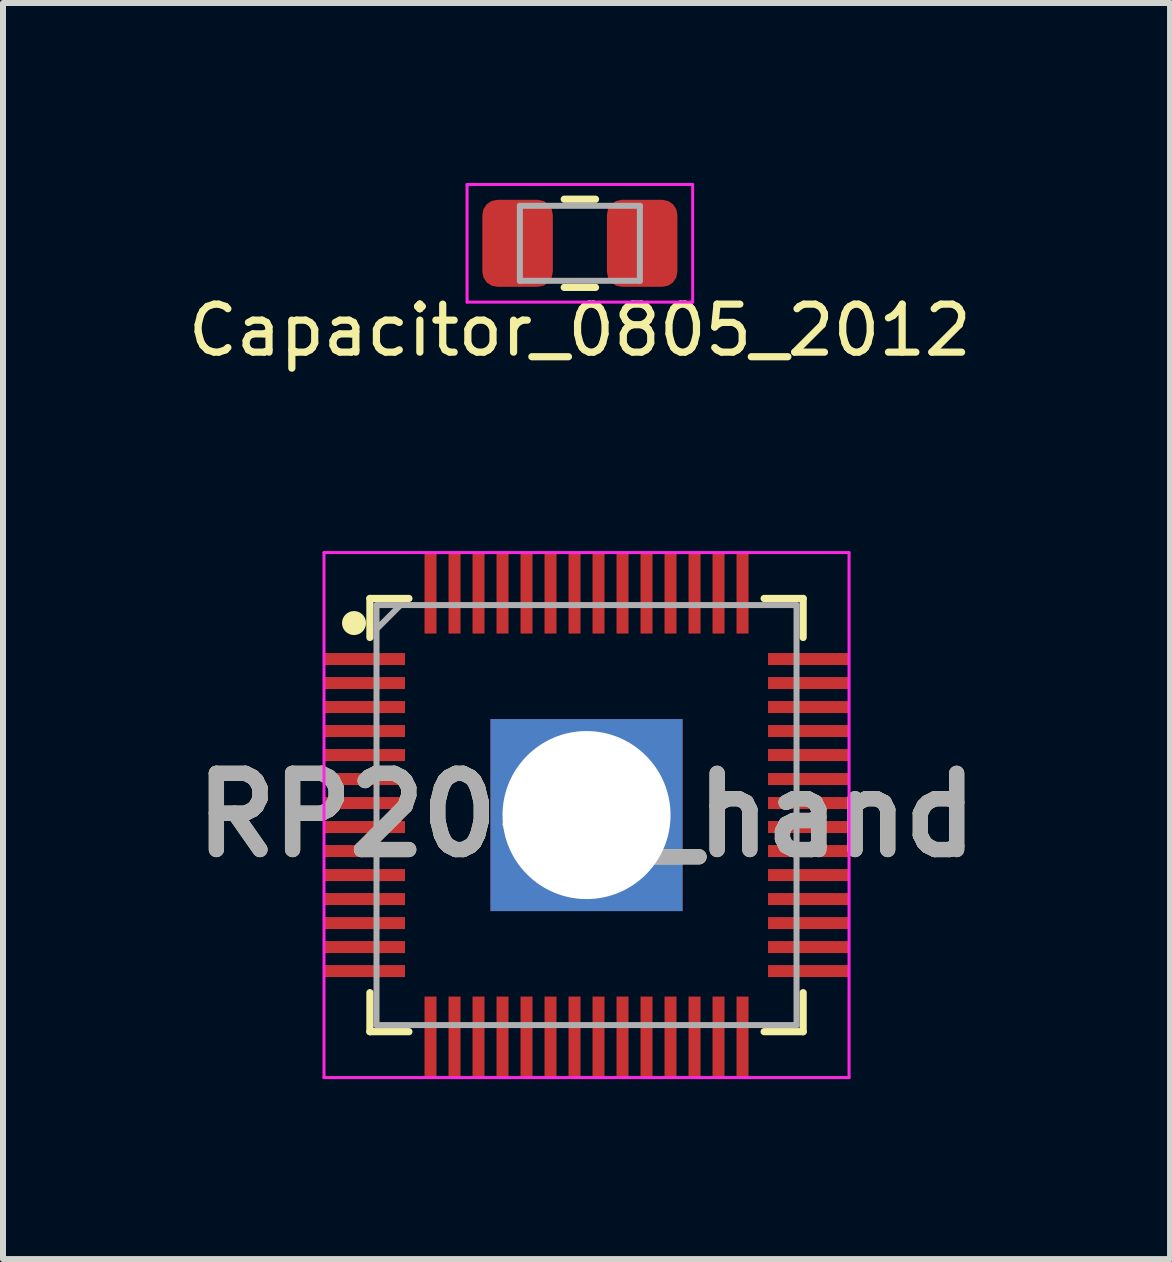
<source format=kicad_pcb>
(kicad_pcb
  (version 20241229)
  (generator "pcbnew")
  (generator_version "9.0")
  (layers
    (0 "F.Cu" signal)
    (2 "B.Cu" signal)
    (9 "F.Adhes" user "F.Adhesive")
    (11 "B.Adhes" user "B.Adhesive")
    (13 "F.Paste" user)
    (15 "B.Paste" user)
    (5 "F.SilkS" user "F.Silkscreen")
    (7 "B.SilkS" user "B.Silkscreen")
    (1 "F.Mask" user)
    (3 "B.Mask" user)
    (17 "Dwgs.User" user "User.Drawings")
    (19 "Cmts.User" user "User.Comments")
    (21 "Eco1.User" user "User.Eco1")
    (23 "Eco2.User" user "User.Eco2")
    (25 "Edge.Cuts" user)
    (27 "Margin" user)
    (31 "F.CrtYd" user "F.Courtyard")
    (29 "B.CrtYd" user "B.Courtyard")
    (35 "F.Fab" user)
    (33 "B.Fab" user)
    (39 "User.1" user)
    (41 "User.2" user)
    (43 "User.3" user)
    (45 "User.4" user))
  (footprint "Capacitor_0805_2012"
    (layer "F.Cu")
    (at 6.614 1.005)
    (property "Reference" "Capacitor_0805_2012" (at 0 1.45 180) (layer "F.SilkS") (effects (font (size 0.8 0.8) (thickness 0.12))))
    (attr smd)
    (fp_line (start -0.261 -0.735) (end 0.261 -0.735) (stroke (width 0.12) (type solid)) (layer "F.SilkS"))
    (fp_line (start -0.261 0.735) (end 0.261 0.735) (stroke (width 0.12) (type solid)) (layer "F.SilkS"))
    (fp_line (start -1.88 -0.98) (end 1.88 -0.98) (stroke (width 0.05) (type solid)) (layer "F.CrtYd"))
    (fp_line (start -1.88 0.98) (end -1.88 -0.98) (stroke (width 0.05) (type solid)) (layer "F.CrtYd"))
    (fp_line (start 1.88 -0.98) (end 1.88 0.98) (stroke (width 0.05) (type solid)) (layer "F.CrtYd"))
    (fp_line (start 1.88 0.98) (end -1.88 0.98) (stroke (width 0.05) (type solid)) (layer "F.CrtYd"))
    (fp_line (start -1 -0.625) (end 1 -0.625) (stroke (width 0.1) (type solid)) (layer "F.Fab"))
    (fp_line (start -1 0.625) (end -1 -0.625) (stroke (width 0.1) (type solid)) (layer "F.Fab"))
    (fp_line (start 1 -0.625) (end 1 0.625) (stroke (width 0.1) (type solid)) (layer "F.Fab"))
    (fp_line (start 1 0.625) (end -1 0.625) (stroke (width 0.1) (type solid)) (layer "F.Fab"))
    (pad "1" smd roundrect (at -1.038 0) (size 1.175 1.45) (layers "F.Cu" "F.Mask" "F.Paste") (roundrect_rratio 0.213))
    (pad "2" smd roundrect (at 1.038 0) (size 1.175 1.45) (layers "F.Cu" "F.Mask" "F.Paste") (roundrect_rratio 0.213)))
  (footprint "RP2040_hand"
    (layer "F.Cu")
    (at 6.725 10.534)
    (property "Reference" "RP2040_hand" (at 0 0 0) (layer "F.SilkS") (effects (font (size 1.27 1.27) (thickness 0.254))))
    (attr smd)
    (fp_line (start -3.61 -3.61) (end -3.61 -2.96) (stroke (width 0.12) (type solid)) (layer "F.SilkS"))
    (fp_line (start -3.61 3.61) (end -3.61 2.96) (stroke (width 0.12) (type solid)) (layer "F.SilkS"))
    (fp_line (start -2.96 -3.61) (end -3.61 -3.61) (stroke (width 0.12) (type solid)) (layer "F.SilkS"))
    (fp_line (start -2.96 3.61) (end -3.61 3.61) (stroke (width 0.12) (type solid)) (layer "F.SilkS"))
    (fp_line (start 2.96 -3.61) (end 3.61 -3.61) (stroke (width 0.12) (type solid)) (layer "F.SilkS"))
    (fp_line (start 2.96 3.61) (end 3.61 3.61) (stroke (width 0.12) (type solid)) (layer "F.SilkS"))
    (fp_line (start 3.61 -3.61) (end 3.61 -2.96) (stroke (width 0.12) (type solid)) (layer "F.SilkS"))
    (fp_line (start 3.61 3.61) (end 3.61 2.96) (stroke (width 0.12) (type solid)) (layer "F.SilkS"))
    (fp_circle (center -3.875 -3.2) (end -3.875 -3.1) (stroke (width 0.2) (type solid)) (fill no) (layer "F.SilkS"))
    (fp_line (start -4.375 -4.375) (end 4.375 -4.375) (stroke (width 0.05) (type solid)) (layer "F.CrtYd"))
    (fp_line (start -4.375 4.375) (end -4.375 -4.375) (stroke (width 0.05) (type solid)) (layer "F.CrtYd"))
    (fp_line (start 4.375 -4.375) (end 4.375 4.375) (stroke (width 0.05) (type solid)) (layer "F.CrtYd"))
    (fp_line (start 4.375 4.375) (end -4.375 4.375) (stroke (width 0.05) (type solid)) (layer "F.CrtYd"))
    (fp_line (start -3.5 -3.5) (end 3.5 -3.5) (stroke (width 0.1) (type solid)) (layer "F.Fab"))
    (fp_line (start -3.5 -3.1) (end -3.1 -3.5) (stroke (width 0.1) (type solid)) (layer "F.Fab"))
    (fp_line (start -3.5 3.5) (end -3.5 -3.5) (stroke (width 0.1) (type solid)) (layer "F.Fab"))
    (fp_line (start 3.5 -3.5) (end 3.5 3.5) (stroke (width 0.1) (type solid)) (layer "F.Fab"))
    (fp_line (start 3.5 3.5) (end -3.5 3.5) (stroke (width 0.1) (type solid)) (layer "F.Fab"))
    (fp_text user "${REFERENCE}" (at 0 0 0) (layer "F.Fab") (effects (font (size 1.27 1.27) (thickness 0.254))))
    (pad "1" smd rect (at -3.7 -2.6 90) (size 0.2 1.35) (layers "F.Cu" "F.Mask" "F.Paste"))
    (pad "2" smd rect (at -3.7 -2.2 90) (size 0.2 1.35) (layers "F.Cu" "F.Mask" "F.Paste"))
    (pad "3" smd rect (at -3.7 -1.8 90) (size 0.2 1.35) (layers "F.Cu" "F.Mask" "F.Paste"))
    (pad "4" smd rect (at -3.7 -1.4 90) (size 0.2 1.35) (layers "F.Cu" "F.Mask" "F.Paste"))
    (pad "5" smd rect (at -3.7 -1 90) (size 0.2 1.35) (layers "F.Cu" "F.Mask" "F.Paste"))
    (pad "6" smd rect (at -3.7 -0.6 90) (size 0.2 1.35) (layers "F.Cu" "F.Mask" "F.Paste"))
    (pad "7" smd rect (at -3.7 -0.2 90) (size 0.2 1.35) (layers "F.Cu" "F.Mask" "F.Paste"))
    (pad "8" smd rect (at -3.7 0.2 90) (size 0.2 1.35) (layers "F.Cu" "F.Mask" "F.Paste"))
    (pad "9" smd rect (at -3.7 0.6 90) (size 0.2 1.35) (layers "F.Cu" "F.Mask" "F.Paste"))
    (pad "10" smd rect (at -3.7 1 90) (size 0.2 1.35) (layers "F.Cu" "F.Mask" "F.Paste"))
    (pad "11" smd rect (at -3.7 1.4 90) (size 0.2 1.35) (layers "F.Cu" "F.Mask" "F.Paste"))
    (pad "12" smd rect (at -3.7 1.8 90) (size 0.2 1.35) (layers "F.Cu" "F.Mask" "F.Paste"))
    (pad "13" smd rect (at -3.7 2.2 90) (size 0.2 1.35) (layers "F.Cu" "F.Mask" "F.Paste"))
    (pad "14" smd rect (at -3.7 2.6 90) (size 0.2 1.35) (layers "F.Cu" "F.Mask" "F.Paste"))
    (pad "15" smd rect (at -2.6 3.7) (size 0.2 1.35) (layers "F.Cu" "F.Mask" "F.Paste"))
    (pad "16" smd rect (at -2.2 3.7) (size 0.2 1.35) (layers "F.Cu" "F.Mask" "F.Paste"))
    (pad "17" smd rect (at -1.8 3.7) (size 0.2 1.35) (layers "F.Cu" "F.Mask" "F.Paste"))
    (pad "18" smd rect (at -1.4 3.7) (size 0.2 1.35) (layers "F.Cu" "F.Mask" "F.Paste"))
    (pad "19" smd rect (at -1 3.7) (size 0.2 1.35) (layers "F.Cu" "F.Mask" "F.Paste"))
    (pad "20" smd rect (at -0.6 3.7) (size 0.2 1.35) (layers "F.Cu" "F.Mask" "F.Paste"))
    (pad "21" smd rect (at -0.2 3.7) (size 0.2 1.35) (layers "F.Cu" "F.Mask" "F.Paste"))
    (pad "22" smd rect (at 0.2 3.7) (size 0.2 1.35) (layers "F.Cu" "F.Mask" "F.Paste"))
    (pad "23" smd rect (at 0.6 3.7) (size 0.2 1.35) (layers "F.Cu" "F.Mask" "F.Paste"))
    (pad "24" smd rect (at 1 3.7) (size 0.2 1.35) (layers "F.Cu" "F.Mask" "F.Paste"))
    (pad "25" smd rect (at 1.4 3.7) (size 0.2 1.35) (layers "F.Cu" "F.Mask" "F.Paste"))
    (pad "26" smd rect (at 1.8 3.7) (size 0.2 1.35) (layers "F.Cu" "F.Mask" "F.Paste"))
    (pad "27" smd rect (at 2.2 3.7) (size 0.2 1.35) (layers "F.Cu" "F.Mask" "F.Paste"))
    (pad "28" smd rect (at 2.6 3.7) (size 0.2 1.35) (layers "F.Cu" "F.Mask" "F.Paste"))
    (pad "29" smd rect (at 3.7 2.6 90) (size 0.2 1.35) (layers "F.Cu" "F.Mask" "F.Paste"))
    (pad "30" smd rect (at 3.7 2.2 90) (size 0.2 1.35) (layers "F.Cu" "F.Mask" "F.Paste"))
    (pad "31" smd rect (at 3.7 1.8 90) (size 0.2 1.35) (layers "F.Cu" "F.Mask" "F.Paste"))
    (pad "32" smd rect (at 3.7 1.4 90) (size 0.2 1.35) (layers "F.Cu" "F.Mask" "F.Paste"))
    (pad "33" smd rect (at 3.7 1 90) (size 0.2 1.35) (layers "F.Cu" "F.Mask" "F.Paste"))
    (pad "34" smd rect (at 3.7 0.6 90) (size 0.2 1.35) (layers "F.Cu" "F.Mask" "F.Paste"))
    (pad "35" smd rect (at 3.7 0.2 90) (size 0.2 1.35) (layers "F.Cu" "F.Mask" "F.Paste"))
    (pad "36" smd rect (at 3.7 -0.2 90) (size 0.2 1.35) (layers "F.Cu" "F.Mask" "F.Paste"))
    (pad "37" smd rect (at 3.7 -0.6 90) (size 0.2 1.35) (layers "F.Cu" "F.Mask" "F.Paste"))
    (pad "38" smd rect (at 3.7 -1 90) (size 0.2 1.35) (layers "F.Cu" "F.Mask" "F.Paste"))
    (pad "39" smd rect (at 3.7 -1.4 90) (size 0.2 1.35) (layers "F.Cu" "F.Mask" "F.Paste"))
    (pad "40" smd rect (at 3.7 -1.8 90) (size 0.2 1.35) (layers "F.Cu" "F.Mask" "F.Paste"))
    (pad "41" smd rect (at 3.7 -2.2 90) (size 0.2 1.35) (layers "F.Cu" "F.Mask" "F.Paste"))
    (pad "42" smd rect (at 3.7 -2.6 90) (size 0.2 1.35) (layers "F.Cu" "F.Mask" "F.Paste"))
    (pad "43" smd rect (at 2.6 -3.7) (size 0.2 1.35) (layers "F.Cu" "F.Mask" "F.Paste"))
    (pad "44" smd rect (at 2.2 -3.7) (size 0.2 1.35) (layers "F.Cu" "F.Mask" "F.Paste"))
    (pad "45" smd rect (at 1.8 -3.7) (size 0.2 1.35) (layers "F.Cu" "F.Mask" "F.Paste"))
    (pad "46" smd rect (at 1.4 -3.7) (size 0.2 1.35) (layers "F.Cu" "F.Mask" "F.Paste"))
    (pad "47" smd rect (at 1 -3.7) (size 0.2 1.35) (layers "F.Cu" "F.Mask" "F.Paste"))
    (pad "48" smd rect (at 0.6 -3.7) (size 0.2 1.35) (layers "F.Cu" "F.Mask" "F.Paste"))
    (pad "49" smd rect (at 0.2 -3.7) (size 0.2 1.35) (layers "F.Cu" "F.Mask" "F.Paste"))
    (pad "50" smd rect (at -0.2 -3.7) (size 0.2 1.35) (layers "F.Cu" "F.Mask" "F.Paste"))
    (pad "51" smd rect (at -0.6 -3.7) (size 0.2 1.35) (layers "F.Cu" "F.Mask" "F.Paste"))
    (pad "52" smd rect (at -1 -3.7) (size 0.2 1.35) (layers "F.Cu" "F.Mask" "F.Paste"))
    (pad "53" smd rect (at -1.4 -3.7) (size 0.2 1.35) (layers "F.Cu" "F.Mask" "F.Paste"))
    (pad "54" smd rect (at -1.8 -3.7) (size 0.2 1.35) (layers "F.Cu" "F.Mask" "F.Paste"))
    (pad "55" smd rect (at -2.2 -3.7) (size 0.2 1.35) (layers "F.Cu" "F.Mask" "F.Paste"))
    (pad "56" smd rect (at -2.6 -3.7) (size 0.2 1.35) (layers "F.Cu" "F.Mask" "F.Paste"))
    (pad "57" thru_hole rect (at 0 0) (size 3.2 3.2) (drill 2.8) (layers "*.Cu" "*.Mask")))
  (gr_rect
    (start -3 -3)
    (end 16.45 17.934)
    (stroke (width 0.1) (type default))
    (fill no)
    (layer "Edge.Cuts")))
</source>
